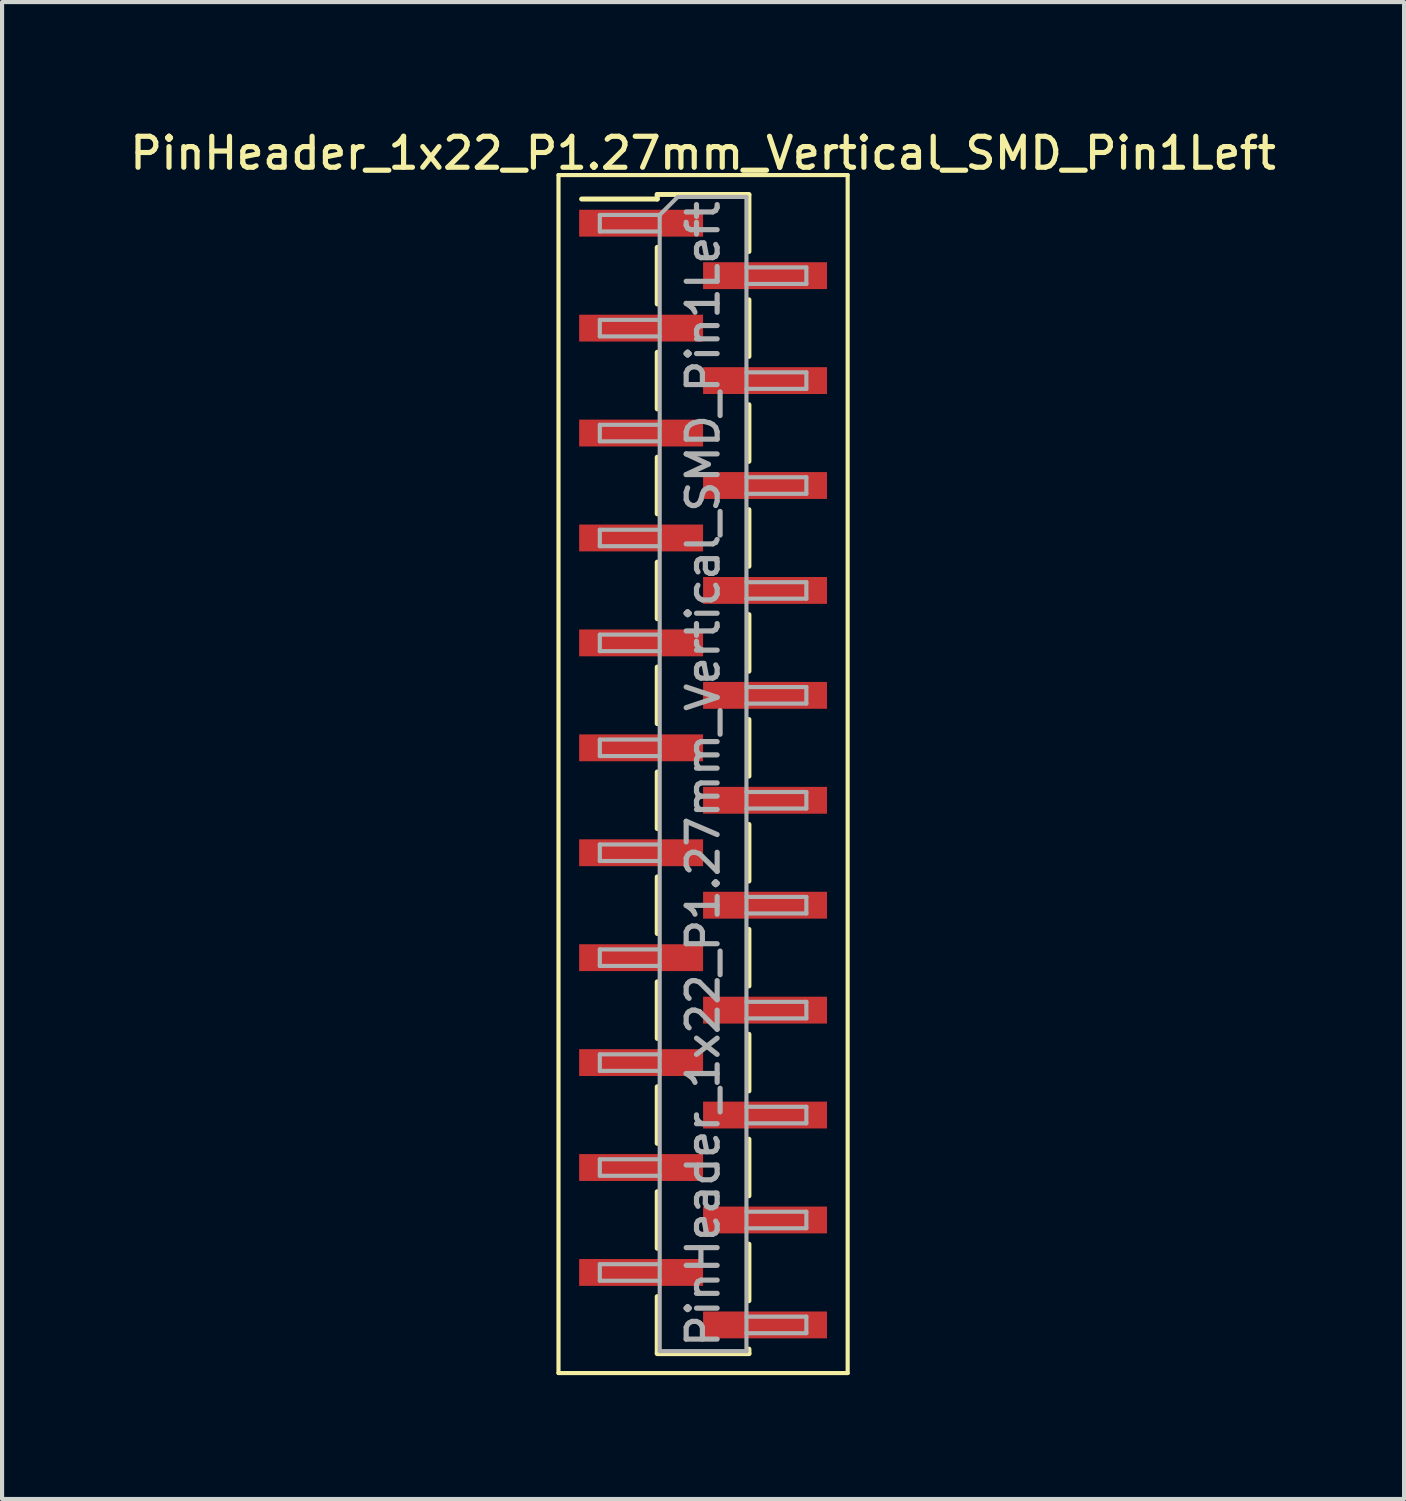
<source format=kicad_pcb>
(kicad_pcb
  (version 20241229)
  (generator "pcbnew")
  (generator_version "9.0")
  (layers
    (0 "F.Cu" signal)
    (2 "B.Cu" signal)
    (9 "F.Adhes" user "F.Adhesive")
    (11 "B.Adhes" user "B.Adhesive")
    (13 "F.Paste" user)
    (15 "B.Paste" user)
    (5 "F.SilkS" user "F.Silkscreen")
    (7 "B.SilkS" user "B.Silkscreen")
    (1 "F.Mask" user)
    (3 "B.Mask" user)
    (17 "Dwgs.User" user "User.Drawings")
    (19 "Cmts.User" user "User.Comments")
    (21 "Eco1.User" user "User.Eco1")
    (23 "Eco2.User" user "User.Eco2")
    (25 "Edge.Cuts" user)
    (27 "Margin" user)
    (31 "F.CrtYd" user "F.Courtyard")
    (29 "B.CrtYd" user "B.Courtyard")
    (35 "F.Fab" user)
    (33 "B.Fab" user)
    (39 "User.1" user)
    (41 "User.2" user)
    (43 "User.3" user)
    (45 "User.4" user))
  (footprint "PinHeader_1x22_P1.27mm_Vertical_SMD_Pin1Left"
    (layer "F.Cu")
    (at 13.97 15.688)
    (property "Reference" "PinHeader_1x22_P1.27mm_Vertical_SMD_Pin1Left" (at 0 -15.03 0) (layer "F.SilkS") (effects (font (size 0.75 0.75) (thickness 0.125))))
    (attr smd)
    (fp_line (start -3.5 -14.5) (end -3.5 14.5) (stroke (width 0.1) (type solid)) (layer "F.SilkS"))
    (fp_line (start -3.5 14.5) (end 3.5 14.5) (stroke (width 0.1) (type solid)) (layer "F.SilkS"))
    (fp_line (start -1.11 -14.03) (end -1.11 -13.92) (stroke (width 0.12) (type solid)) (layer "F.SilkS"))
    (fp_line (start -1.11 -14.03) (end 1.11 -14.03) (stroke (width 0.12) (type solid)) (layer "F.SilkS"))
    (fp_line (start -1.11 -13.92) (end -2.94 -13.92) (stroke (width 0.12) (type solid)) (layer "F.SilkS"))
    (fp_line (start -1.11 -12.75) (end -1.11 -11.38) (stroke (width 0.12) (type solid)) (layer "F.SilkS"))
    (fp_line (start -1.11 -10.21) (end -1.11 -8.84) (stroke (width 0.12) (type solid)) (layer "F.SilkS"))
    (fp_line (start -1.11 -7.67) (end -1.11 -6.3) (stroke (width 0.12) (type solid)) (layer "F.SilkS"))
    (fp_line (start -1.11 -5.13) (end -1.11 -3.76) (stroke (width 0.12) (type solid)) (layer "F.SilkS"))
    (fp_line (start -1.11 -2.59) (end -1.11 -1.22) (stroke (width 0.12) (type solid)) (layer "F.SilkS"))
    (fp_line (start -1.11 -0.05) (end -1.11 1.32) (stroke (width 0.12) (type solid)) (layer "F.SilkS"))
    (fp_line (start -1.11 2.49) (end -1.11 3.86) (stroke (width 0.12) (type solid)) (layer "F.SilkS"))
    (fp_line (start -1.11 5.03) (end -1.11 6.4) (stroke (width 0.12) (type solid)) (layer "F.SilkS"))
    (fp_line (start -1.11 7.57) (end -1.11 8.94) (stroke (width 0.12) (type solid)) (layer "F.SilkS"))
    (fp_line (start -1.11 10.11) (end -1.11 11.48) (stroke (width 0.12) (type solid)) (layer "F.SilkS"))
    (fp_line (start -1.11 12.65) (end -1.11 14.02) (stroke (width 0.12) (type solid)) (layer "F.SilkS"))
    (fp_line (start -1.11 14.03) (end 1.11 14.03) (stroke (width 0.12) (type solid)) (layer "F.SilkS"))
    (fp_line (start 1.11 -14.02) (end 1.11 -12.65) (stroke (width 0.12) (type solid)) (layer "F.SilkS"))
    (fp_line (start 1.11 -11.48) (end 1.11 -10.11) (stroke (width 0.12) (type solid)) (layer "F.SilkS"))
    (fp_line (start 1.11 -8.94) (end 1.11 -7.57) (stroke (width 0.12) (type solid)) (layer "F.SilkS"))
    (fp_line (start 1.11 -6.4) (end 1.11 -5.03) (stroke (width 0.12) (type solid)) (layer "F.SilkS"))
    (fp_line (start 1.11 -3.86) (end 1.11 -2.49) (stroke (width 0.12) (type solid)) (layer "F.SilkS"))
    (fp_line (start 1.11 -1.32) (end 1.11 0.05) (stroke (width 0.12) (type solid)) (layer "F.SilkS"))
    (fp_line (start 1.11 1.22) (end 1.11 2.59) (stroke (width 0.12) (type solid)) (layer "F.SilkS"))
    (fp_line (start 1.11 3.76) (end 1.11 5.13) (stroke (width 0.12) (type solid)) (layer "F.SilkS"))
    (fp_line (start 1.11 6.3) (end 1.11 7.67) (stroke (width 0.12) (type solid)) (layer "F.SilkS"))
    (fp_line (start 1.11 8.84) (end 1.11 10.21) (stroke (width 0.12) (type solid)) (layer "F.SilkS"))
    (fp_line (start 1.11 11.38) (end 1.11 12.75) (stroke (width 0.12) (type solid)) (layer "F.SilkS"))
    (fp_line (start 1.11 13.92) (end 1.11 14.03) (stroke (width 0.12) (type solid)) (layer "F.SilkS"))
    (fp_line (start 3.5 -14.5) (end -3.5 -14.5) (stroke (width 0.1) (type solid)) (layer "F.SilkS"))
    (fp_line (start 3.5 14.5) (end 3.5 -14.5) (stroke (width 0.1) (type solid)) (layer "F.SilkS"))
    (fp_line (start -2.5 -13.535) (end -2.5 -13.135) (stroke (width 0.1) (type solid)) (layer "F.Fab"))
    (fp_line (start -2.5 -13.135) (end -1.05 -13.135) (stroke (width 0.1) (type solid)) (layer "F.Fab"))
    (fp_line (start -2.5 -10.995) (end -2.5 -10.595) (stroke (width 0.1) (type solid)) (layer "F.Fab"))
    (fp_line (start -2.5 -10.595) (end -1.05 -10.595) (stroke (width 0.1) (type solid)) (layer "F.Fab"))
    (fp_line (start -2.5 -8.455) (end -2.5 -8.055) (stroke (width 0.1) (type solid)) (layer "F.Fab"))
    (fp_line (start -2.5 -8.055) (end -1.05 -8.055) (stroke (width 0.1) (type solid)) (layer "F.Fab"))
    (fp_line (start -2.5 -5.915) (end -2.5 -5.515) (stroke (width 0.1) (type solid)) (layer "F.Fab"))
    (fp_line (start -2.5 -5.515) (end -1.05 -5.515) (stroke (width 0.1) (type solid)) (layer "F.Fab"))
    (fp_line (start -2.5 -3.375) (end -2.5 -2.975) (stroke (width 0.1) (type solid)) (layer "F.Fab"))
    (fp_line (start -2.5 -2.975) (end -1.05 -2.975) (stroke (width 0.1) (type solid)) (layer "F.Fab"))
    (fp_line (start -2.5 -0.835) (end -2.5 -0.435) (stroke (width 0.1) (type solid)) (layer "F.Fab"))
    (fp_line (start -2.5 -0.435) (end -1.05 -0.435) (stroke (width 0.1) (type solid)) (layer "F.Fab"))
    (fp_line (start -2.5 1.705) (end -2.5 2.105) (stroke (width 0.1) (type solid)) (layer "F.Fab"))
    (fp_line (start -2.5 2.105) (end -1.05 2.105) (stroke (width 0.1) (type solid)) (layer "F.Fab"))
    (fp_line (start -2.5 4.245) (end -2.5 4.645) (stroke (width 0.1) (type solid)) (layer "F.Fab"))
    (fp_line (start -2.5 4.645) (end -1.05 4.645) (stroke (width 0.1) (type solid)) (layer "F.Fab"))
    (fp_line (start -2.5 6.785) (end -2.5 7.185) (stroke (width 0.1) (type solid)) (layer "F.Fab"))
    (fp_line (start -2.5 7.185) (end -1.05 7.185) (stroke (width 0.1) (type solid)) (layer "F.Fab"))
    (fp_line (start -2.5 9.325) (end -2.5 9.725) (stroke (width 0.1) (type solid)) (layer "F.Fab"))
    (fp_line (start -2.5 9.725) (end -1.05 9.725) (stroke (width 0.1) (type solid)) (layer "F.Fab"))
    (fp_line (start -2.5 11.865) (end -2.5 12.265) (stroke (width 0.1) (type solid)) (layer "F.Fab"))
    (fp_line (start -2.5 12.265) (end -1.05 12.265) (stroke (width 0.1) (type solid)) (layer "F.Fab"))
    (fp_line (start -1.05 -13.535) (end -2.5 -13.535) (stroke (width 0.1) (type solid)) (layer "F.Fab"))
    (fp_line (start -1.05 -13.535) (end -0.615 -13.97) (stroke (width 0.1) (type solid)) (layer "F.Fab"))
    (fp_line (start -1.05 -10.995) (end -2.5 -10.995) (stroke (width 0.1) (type solid)) (layer "F.Fab"))
    (fp_line (start -1.05 -8.455) (end -2.5 -8.455) (stroke (width 0.1) (type solid)) (layer "F.Fab"))
    (fp_line (start -1.05 -5.915) (end -2.5 -5.915) (stroke (width 0.1) (type solid)) (layer "F.Fab"))
    (fp_line (start -1.05 -3.375) (end -2.5 -3.375) (stroke (width 0.1) (type solid)) (layer "F.Fab"))
    (fp_line (start -1.05 -0.835) (end -2.5 -0.835) (stroke (width 0.1) (type solid)) (layer "F.Fab"))
    (fp_line (start -1.05 1.705) (end -2.5 1.705) (stroke (width 0.1) (type solid)) (layer "F.Fab"))
    (fp_line (start -1.05 4.245) (end -2.5 4.245) (stroke (width 0.1) (type solid)) (layer "F.Fab"))
    (fp_line (start -1.05 6.785) (end -2.5 6.785) (stroke (width 0.1) (type solid)) (layer "F.Fab"))
    (fp_line (start -1.05 9.325) (end -2.5 9.325) (stroke (width 0.1) (type solid)) (layer "F.Fab"))
    (fp_line (start -1.05 11.865) (end -2.5 11.865) (stroke (width 0.1) (type solid)) (layer "F.Fab"))
    (fp_line (start -1.05 13.97) (end -1.05 -13.535) (stroke (width 0.1) (type solid)) (layer "F.Fab"))
    (fp_line (start -0.615 -13.97) (end 1.05 -13.97) (stroke (width 0.1) (type solid)) (layer "F.Fab"))
    (fp_line (start 1.05 -13.97) (end 1.05 13.97) (stroke (width 0.1) (type solid)) (layer "F.Fab"))
    (fp_line (start 1.05 -12.265) (end 2.5 -12.265) (stroke (width 0.1) (type solid)) (layer "F.Fab"))
    (fp_line (start 1.05 -9.725) (end 2.5 -9.725) (stroke (width 0.1) (type solid)) (layer "F.Fab"))
    (fp_line (start 1.05 -7.185) (end 2.5 -7.185) (stroke (width 0.1) (type solid)) (layer "F.Fab"))
    (fp_line (start 1.05 -4.645) (end 2.5 -4.645) (stroke (width 0.1) (type solid)) (layer "F.Fab"))
    (fp_line (start 1.05 -2.105) (end 2.5 -2.105) (stroke (width 0.1) (type solid)) (layer "F.Fab"))
    (fp_line (start 1.05 0.435) (end 2.5 0.435) (stroke (width 0.1) (type solid)) (layer "F.Fab"))
    (fp_line (start 1.05 2.975) (end 2.5 2.975) (stroke (width 0.1) (type solid)) (layer "F.Fab"))
    (fp_line (start 1.05 5.515) (end 2.5 5.515) (stroke (width 0.1) (type solid)) (layer "F.Fab"))
    (fp_line (start 1.05 8.055) (end 2.5 8.055) (stroke (width 0.1) (type solid)) (layer "F.Fab"))
    (fp_line (start 1.05 10.595) (end 2.5 10.595) (stroke (width 0.1) (type solid)) (layer "F.Fab"))
    (fp_line (start 1.05 13.135) (end 2.5 13.135) (stroke (width 0.1) (type solid)) (layer "F.Fab"))
    (fp_line (start 1.05 13.97) (end -1.05 13.97) (stroke (width 0.1) (type solid)) (layer "F.Fab"))
    (fp_line (start 2.5 -12.265) (end 2.5 -11.865) (stroke (width 0.1) (type solid)) (layer "F.Fab"))
    (fp_line (start 2.5 -11.865) (end 1.05 -11.865) (stroke (width 0.1) (type solid)) (layer "F.Fab"))
    (fp_line (start 2.5 -9.725) (end 2.5 -9.325) (stroke (width 0.1) (type solid)) (layer "F.Fab"))
    (fp_line (start 2.5 -9.325) (end 1.05 -9.325) (stroke (width 0.1) (type solid)) (layer "F.Fab"))
    (fp_line (start 2.5 -7.185) (end 2.5 -6.785) (stroke (width 0.1) (type solid)) (layer "F.Fab"))
    (fp_line (start 2.5 -6.785) (end 1.05 -6.785) (stroke (width 0.1) (type solid)) (layer "F.Fab"))
    (fp_line (start 2.5 -4.645) (end 2.5 -4.245) (stroke (width 0.1) (type solid)) (layer "F.Fab"))
    (fp_line (start 2.5 -4.245) (end 1.05 -4.245) (stroke (width 0.1) (type solid)) (layer "F.Fab"))
    (fp_line (start 2.5 -2.105) (end 2.5 -1.705) (stroke (width 0.1) (type solid)) (layer "F.Fab"))
    (fp_line (start 2.5 -1.705) (end 1.05 -1.705) (stroke (width 0.1) (type solid)) (layer "F.Fab"))
    (fp_line (start 2.5 0.435) (end 2.5 0.835) (stroke (width 0.1) (type solid)) (layer "F.Fab"))
    (fp_line (start 2.5 0.835) (end 1.05 0.835) (stroke (width 0.1) (type solid)) (layer "F.Fab"))
    (fp_line (start 2.5 2.975) (end 2.5 3.375) (stroke (width 0.1) (type solid)) (layer "F.Fab"))
    (fp_line (start 2.5 3.375) (end 1.05 3.375) (stroke (width 0.1) (type solid)) (layer "F.Fab"))
    (fp_line (start 2.5 5.515) (end 2.5 5.915) (stroke (width 0.1) (type solid)) (layer "F.Fab"))
    (fp_line (start 2.5 5.915) (end 1.05 5.915) (stroke (width 0.1) (type solid)) (layer "F.Fab"))
    (fp_line (start 2.5 8.055) (end 2.5 8.455) (stroke (width 0.1) (type solid)) (layer "F.Fab"))
    (fp_line (start 2.5 8.455) (end 1.05 8.455) (stroke (width 0.1) (type solid)) (layer "F.Fab"))
    (fp_line (start 2.5 10.595) (end 2.5 10.995) (stroke (width 0.1) (type solid)) (layer "F.Fab"))
    (fp_line (start 2.5 10.995) (end 1.05 10.995) (stroke (width 0.1) (type solid)) (layer "F.Fab"))
    (fp_line (start 2.5 13.135) (end 2.5 13.535) (stroke (width 0.1) (type solid)) (layer "F.Fab"))
    (fp_line (start 2.5 13.535) (end 1.05 13.535) (stroke (width 0.1) (type solid)) (layer "F.Fab"))
    (fp_text user "${REFERENCE}" (at 0 0 90) (layer "F.Fab") (effects (font (size 0.75 0.75) (thickness 0.125))))
    (pad "1" smd rect (at -1.5 -13.335) (size 3 0.65) (layers "F.Cu" "F.Mask" "F.Paste"))
    (pad "2" smd rect (at 1.5 -12.065) (size 3 0.65) (layers "F.Cu" "F.Mask" "F.Paste"))
    (pad "3" smd rect (at -1.5 -10.795) (size 3 0.65) (layers "F.Cu" "F.Mask" "F.Paste"))
    (pad "4" smd rect (at 1.5 -9.525) (size 3 0.65) (layers "F.Cu" "F.Mask" "F.Paste"))
    (pad "5" smd rect (at -1.5 -8.255) (size 3 0.65) (layers "F.Cu" "F.Mask" "F.Paste"))
    (pad "6" smd rect (at 1.5 -6.985) (size 3 0.65) (layers "F.Cu" "F.Mask" "F.Paste"))
    (pad "7" smd rect (at -1.5 -5.715) (size 3 0.65) (layers "F.Cu" "F.Mask" "F.Paste"))
    (pad "8" smd rect (at 1.5 -4.445) (size 3 0.65) (layers "F.Cu" "F.Mask" "F.Paste"))
    (pad "9" smd rect (at -1.5 -3.175) (size 3 0.65) (layers "F.Cu" "F.Mask" "F.Paste"))
    (pad "10" smd rect (at 1.5 -1.905) (size 3 0.65) (layers "F.Cu" "F.Mask" "F.Paste"))
    (pad "11" smd rect (at -1.5 -0.635) (size 3 0.65) (layers "F.Cu" "F.Mask" "F.Paste"))
    (pad "12" smd rect (at 1.5 0.635) (size 3 0.65) (layers "F.Cu" "F.Mask" "F.Paste"))
    (pad "13" smd rect (at -1.5 1.905) (size 3 0.65) (layers "F.Cu" "F.Mask" "F.Paste"))
    (pad "14" smd rect (at 1.5 3.175) (size 3 0.65) (layers "F.Cu" "F.Mask" "F.Paste"))
    (pad "15" smd rect (at -1.5 4.445) (size 3 0.65) (layers "F.Cu" "F.Mask" "F.Paste"))
    (pad "16" smd rect (at 1.5 5.715) (size 3 0.65) (layers "F.Cu" "F.Mask" "F.Paste"))
    (pad "17" smd rect (at -1.5 6.985) (size 3 0.65) (layers "F.Cu" "F.Mask" "F.Paste"))
    (pad "18" smd rect (at 1.5 8.255) (size 3 0.65) (layers "F.Cu" "F.Mask" "F.Paste"))
    (pad "19" smd rect (at -1.5 9.525) (size 3 0.65) (layers "F.Cu" "F.Mask" "F.Paste"))
    (pad "20" smd rect (at 1.5 10.795) (size 3 0.65) (layers "F.Cu" "F.Mask" "F.Paste"))
    (pad "21" smd rect (at -1.5 12.065) (size 3 0.65) (layers "F.Cu" "F.Mask" "F.Paste"))
    (pad "22" smd rect (at 1.5 13.335) (size 3 0.65) (layers "F.Cu" "F.Mask" "F.Paste")))
  (gr_rect
    (start -3 -3)
    (end 30.939 33.238)
    (stroke (width 0.1) (type default))
    (fill no)
    (layer "Edge.Cuts")))
</source>
